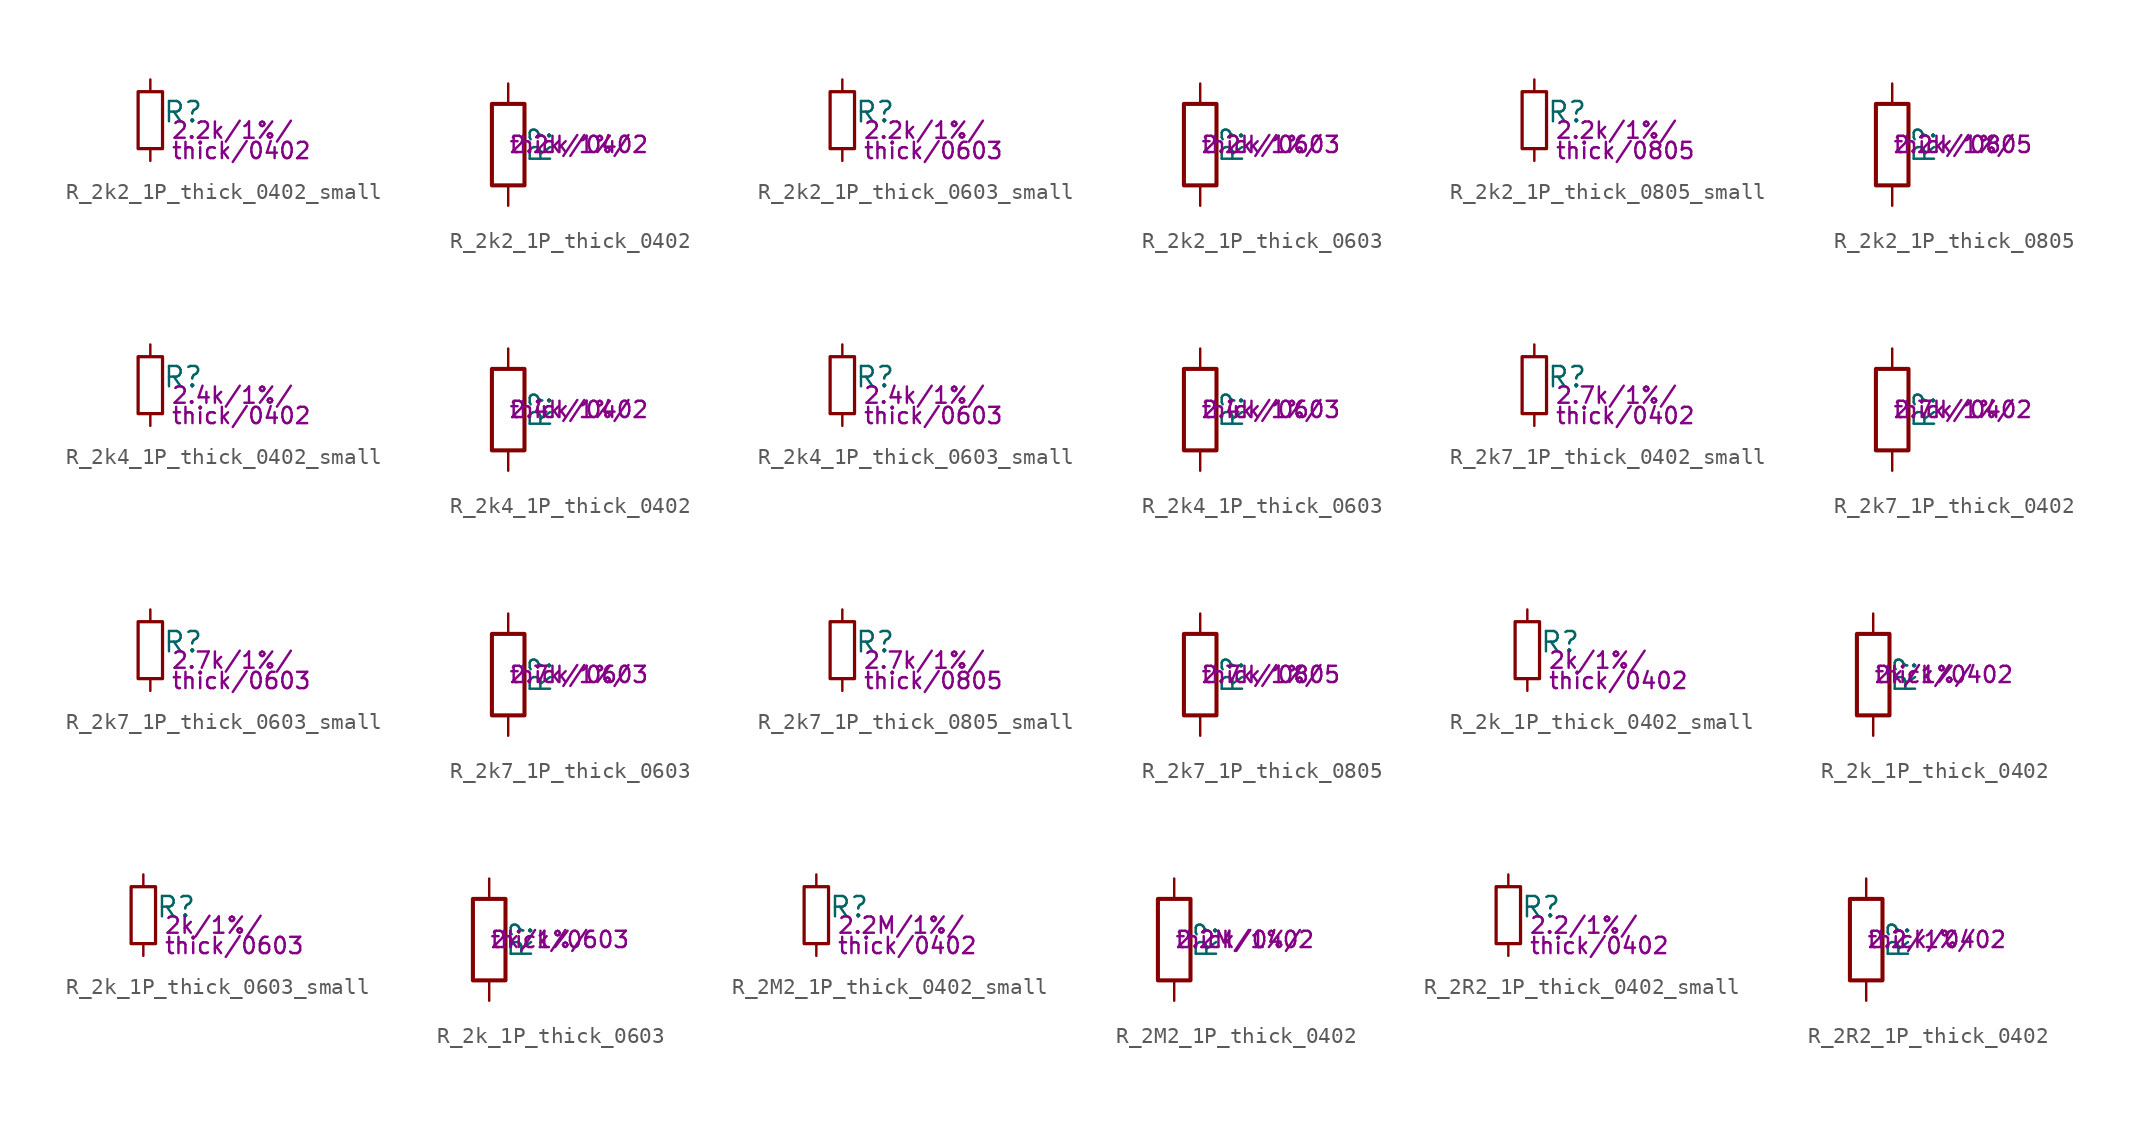
<source format=kicad_sym>
(kicad_symbol_lib
  (version 20211014)
  (generator kicad_symbol_editor)
  (symbol "R_2k2_1P_thick_0402_small"
    (pin_numbers hide)
    (pin_names
      (offset 0.254) hide)
    (property "Reference" "R"
      (at 0.762 0.508 0)
      (effects (font (size 1.27 1.27)) (justify left)))
    (property "Params" "2.2k/1%/"
      (at 1.27 -0.635 0)
      (effects (font (size 1.016 1.016)) (justify left)))
    (property "Params2" "thick/0402"
      (at 1.27 -1.905 0)
      (effects (font (size 1.016 1.016)) (justify left)))
    (symbol "R_2k2_1P_thick_0402_small_0_1"
      (rectangle (start -0.762 1.778) (end 0.762 -1.778) (stroke (width 0.203) (type default) (color 0 0 0 0)) (fill (type none))))
    (symbol "R_2k2_1P_thick_0402_small_1_1"
      (pin passive line (at 0 2.54 270) (length 0.762) (name "~" (effects (font (size 1.27 1.27)))) (number "1" (effects (font (size 1.27 1.27)))))
      (pin passive line (at 0 -2.54 90) (length 0.762) (name "~" (effects (font (size 1.27 1.27)))) (number "2" (effects (font (size 1.27 1.27)))))))
  (symbol "R_2k2_1P_thick_0402"
    (pin_numbers hide)
    (pin_names
      (offset 0))
    (property "Reference" "R"
      (at 2.032 0 90)
      (effects (font (size 1.27 1.27))))
    (property "Params" "2.2k/1%/"
      (at 0 0 0)
      (effects (font (size 1.016 1.016)) (justify left)))
    (property "Params2" "thick/0402"
      (at 0 0 0)
      (effects (font (size 1.016 1.016)) (justify left)))
    (symbol "R_2k2_1P_thick_0402_0_1"
      (rectangle (start -1.016 -2.54) (end 1.016 2.54) (stroke (width 0.254) (type default) (color 0 0 0 0)) (fill (type none))))
    (symbol "R_2k2_1P_thick_0402_1_1"
      (pin passive line (at 0 3.81 270) (length 1.27) (name "~" (effects (font (size 1.27 1.27)))) (number "1" (effects (font (size 1.27 1.27)))))
      (pin passive line (at 0 -3.81 90) (length 1.27) (name "~" (effects (font (size 1.27 1.27)))) (number "2" (effects (font (size 1.27 1.27)))))))
  (symbol "R_2k2_1P_thick_0603_small"
    (pin_numbers hide)
    (pin_names
      (offset 0.254) hide)
    (property "Reference" "R"
      (at 0.762 0.508 0)
      (effects (font (size 1.27 1.27)) (justify left)))
    (property "Params" "2.2k/1%/"
      (at 1.27 -0.635 0)
      (effects (font (size 1.016 1.016)) (justify left)))
    (property "Params2" "thick/0603"
      (at 1.27 -1.905 0)
      (effects (font (size 1.016 1.016)) (justify left)))
    (symbol "R_2k2_1P_thick_0603_small_0_1"
      (rectangle (start -0.762 1.778) (end 0.762 -1.778) (stroke (width 0.203) (type default) (color 0 0 0 0)) (fill (type none))))
    (symbol "R_2k2_1P_thick_0603_small_1_1"
      (pin passive line (at 0 2.54 270) (length 0.762) (name "~" (effects (font (size 1.27 1.27)))) (number "1" (effects (font (size 1.27 1.27)))))
      (pin passive line (at 0 -2.54 90) (length 0.762) (name "~" (effects (font (size 1.27 1.27)))) (number "2" (effects (font (size 1.27 1.27)))))))
  (symbol "R_2k2_1P_thick_0603"
    (pin_numbers hide)
    (pin_names
      (offset 0))
    (property "Reference" "R"
      (at 2.032 0 90)
      (effects (font (size 1.27 1.27))))
    (property "Params" "2.2k/1%/"
      (at 0 0 0)
      (effects (font (size 1.016 1.016)) (justify left)))
    (property "Params2" "thick/0603"
      (at 0 0 0)
      (effects (font (size 1.016 1.016)) (justify left)))
    (symbol "R_2k2_1P_thick_0603_0_1"
      (rectangle (start -1.016 -2.54) (end 1.016 2.54) (stroke (width 0.254) (type default) (color 0 0 0 0)) (fill (type none))))
    (symbol "R_2k2_1P_thick_0603_1_1"
      (pin passive line (at 0 3.81 270) (length 1.27) (name "~" (effects (font (size 1.27 1.27)))) (number "1" (effects (font (size 1.27 1.27)))))
      (pin passive line (at 0 -3.81 90) (length 1.27) (name "~" (effects (font (size 1.27 1.27)))) (number "2" (effects (font (size 1.27 1.27)))))))
  (symbol "R_2k2_1P_thick_0805_small"
    (pin_numbers hide)
    (pin_names
      (offset 0.254) hide)
    (property "Reference" "R"
      (at 0.762 0.508 0)
      (effects (font (size 1.27 1.27)) (justify left)))
    (property "Params" "2.2k/1%/"
      (at 1.27 -0.635 0)
      (effects (font (size 1.016 1.016)) (justify left)))
    (property "Params2" "thick/0805"
      (at 1.27 -1.905 0)
      (effects (font (size 1.016 1.016)) (justify left)))
    (symbol "R_2k2_1P_thick_0805_small_0_1"
      (rectangle (start -0.762 1.778) (end 0.762 -1.778) (stroke (width 0.203) (type default) (color 0 0 0 0)) (fill (type none))))
    (symbol "R_2k2_1P_thick_0805_small_1_1"
      (pin passive line (at 0 2.54 270) (length 0.762) (name "~" (effects (font (size 1.27 1.27)))) (number "1" (effects (font (size 1.27 1.27)))))
      (pin passive line (at 0 -2.54 90) (length 0.762) (name "~" (effects (font (size 1.27 1.27)))) (number "2" (effects (font (size 1.27 1.27)))))))
  (symbol "R_2k2_1P_thick_0805"
    (pin_numbers hide)
    (pin_names
      (offset 0))
    (property "Reference" "R"
      (at 2.032 0 90)
      (effects (font (size 1.27 1.27))))
    (property "Params" "2.2k/1%/"
      (at 0 0 0)
      (effects (font (size 1.016 1.016)) (justify left)))
    (property "Params2" "thick/0805"
      (at 0 0 0)
      (effects (font (size 1.016 1.016)) (justify left)))
    (symbol "R_2k2_1P_thick_0805_0_1"
      (rectangle (start -1.016 -2.54) (end 1.016 2.54) (stroke (width 0.254) (type default) (color 0 0 0 0)) (fill (type none))))
    (symbol "R_2k2_1P_thick_0805_1_1"
      (pin passive line (at 0 3.81 270) (length 1.27) (name "~" (effects (font (size 1.27 1.27)))) (number "1" (effects (font (size 1.27 1.27)))))
      (pin passive line (at 0 -3.81 90) (length 1.27) (name "~" (effects (font (size 1.27 1.27)))) (number "2" (effects (font (size 1.27 1.27)))))))
  (symbol "R_2k4_1P_thick_0402_small"
    (pin_numbers hide)
    (pin_names
      (offset 0.254) hide)
    (property "Reference" "R"
      (at 0.762 0.508 0)
      (effects (font (size 1.27 1.27)) (justify left)))
    (property "Params" "2.4k/1%/"
      (at 1.27 -0.635 0)
      (effects (font (size 1.016 1.016)) (justify left)))
    (property "Params2" "thick/0402"
      (at 1.27 -1.905 0)
      (effects (font (size 1.016 1.016)) (justify left)))
    (symbol "R_2k4_1P_thick_0402_small_0_1"
      (rectangle (start -0.762 1.778) (end 0.762 -1.778) (stroke (width 0.203) (type default) (color 0 0 0 0)) (fill (type none))))
    (symbol "R_2k4_1P_thick_0402_small_1_1"
      (pin passive line (at 0 2.54 270) (length 0.762) (name "~" (effects (font (size 1.27 1.27)))) (number "1" (effects (font (size 1.27 1.27)))))
      (pin passive line (at 0 -2.54 90) (length 0.762) (name "~" (effects (font (size 1.27 1.27)))) (number "2" (effects (font (size 1.27 1.27)))))))
  (symbol "R_2k4_1P_thick_0402"
    (pin_numbers hide)
    (pin_names
      (offset 0))
    (property "Reference" "R"
      (at 2.032 0 90)
      (effects (font (size 1.27 1.27))))
    (property "Params" "2.4k/1%/"
      (at 0 0 0)
      (effects (font (size 1.016 1.016)) (justify left)))
    (property "Params2" "thick/0402"
      (at 0 0 0)
      (effects (font (size 1.016 1.016)) (justify left)))
    (symbol "R_2k4_1P_thick_0402_0_1"
      (rectangle (start -1.016 -2.54) (end 1.016 2.54) (stroke (width 0.254) (type default) (color 0 0 0 0)) (fill (type none))))
    (symbol "R_2k4_1P_thick_0402_1_1"
      (pin passive line (at 0 3.81 270) (length 1.27) (name "~" (effects (font (size 1.27 1.27)))) (number "1" (effects (font (size 1.27 1.27)))))
      (pin passive line (at 0 -3.81 90) (length 1.27) (name "~" (effects (font (size 1.27 1.27)))) (number "2" (effects (font (size 1.27 1.27)))))))
  (symbol "R_2k4_1P_thick_0603_small"
    (pin_numbers hide)
    (pin_names
      (offset 0.254) hide)
    (property "Reference" "R"
      (at 0.762 0.508 0)
      (effects (font (size 1.27 1.27)) (justify left)))
    (property "Params" "2.4k/1%/"
      (at 1.27 -0.635 0)
      (effects (font (size 1.016 1.016)) (justify left)))
    (property "Params2" "thick/0603"
      (at 1.27 -1.905 0)
      (effects (font (size 1.016 1.016)) (justify left)))
    (symbol "R_2k4_1P_thick_0603_small_0_1"
      (rectangle (start -0.762 1.778) (end 0.762 -1.778) (stroke (width 0.203) (type default) (color 0 0 0 0)) (fill (type none))))
    (symbol "R_2k4_1P_thick_0603_small_1_1"
      (pin passive line (at 0 2.54 270) (length 0.762) (name "~" (effects (font (size 1.27 1.27)))) (number "1" (effects (font (size 1.27 1.27)))))
      (pin passive line (at 0 -2.54 90) (length 0.762) (name "~" (effects (font (size 1.27 1.27)))) (number "2" (effects (font (size 1.27 1.27)))))))
  (symbol "R_2k4_1P_thick_0603"
    (pin_numbers hide)
    (pin_names
      (offset 0))
    (property "Reference" "R"
      (at 2.032 0 90)
      (effects (font (size 1.27 1.27))))
    (property "Params" "2.4k/1%/"
      (at 0 0 0)
      (effects (font (size 1.016 1.016)) (justify left)))
    (property "Params2" "thick/0603"
      (at 0 0 0)
      (effects (font (size 1.016 1.016)) (justify left)))
    (symbol "R_2k4_1P_thick_0603_0_1"
      (rectangle (start -1.016 -2.54) (end 1.016 2.54) (stroke (width 0.254) (type default) (color 0 0 0 0)) (fill (type none))))
    (symbol "R_2k4_1P_thick_0603_1_1"
      (pin passive line (at 0 3.81 270) (length 1.27) (name "~" (effects (font (size 1.27 1.27)))) (number "1" (effects (font (size 1.27 1.27)))))
      (pin passive line (at 0 -3.81 90) (length 1.27) (name "~" (effects (font (size 1.27 1.27)))) (number "2" (effects (font (size 1.27 1.27)))))))
  (symbol "R_2k7_1P_thick_0402_small"
    (pin_numbers hide)
    (pin_names
      (offset 0.254) hide)
    (property "Reference" "R"
      (at 0.762 0.508 0)
      (effects (font (size 1.27 1.27)) (justify left)))
    (property "Params" "2.7k/1%/"
      (at 1.27 -0.635 0)
      (effects (font (size 1.016 1.016)) (justify left)))
    (property "Params2" "thick/0402"
      (at 1.27 -1.905 0)
      (effects (font (size 1.016 1.016)) (justify left)))
    (symbol "R_2k7_1P_thick_0402_small_0_1"
      (rectangle (start -0.762 1.778) (end 0.762 -1.778) (stroke (width 0.203) (type default) (color 0 0 0 0)) (fill (type none))))
    (symbol "R_2k7_1P_thick_0402_small_1_1"
      (pin passive line (at 0 2.54 270) (length 0.762) (name "~" (effects (font (size 1.27 1.27)))) (number "1" (effects (font (size 1.27 1.27)))))
      (pin passive line (at 0 -2.54 90) (length 0.762) (name "~" (effects (font (size 1.27 1.27)))) (number "2" (effects (font (size 1.27 1.27)))))))
  (symbol "R_2k7_1P_thick_0402"
    (pin_numbers hide)
    (pin_names
      (offset 0))
    (property "Reference" "R"
      (at 2.032 0 90)
      (effects (font (size 1.27 1.27))))
    (property "Params" "2.7k/1%/"
      (at 0 0 0)
      (effects (font (size 1.016 1.016)) (justify left)))
    (property "Params2" "thick/0402"
      (at 0 0 0)
      (effects (font (size 1.016 1.016)) (justify left)))
    (symbol "R_2k7_1P_thick_0402_0_1"
      (rectangle (start -1.016 -2.54) (end 1.016 2.54) (stroke (width 0.254) (type default) (color 0 0 0 0)) (fill (type none))))
    (symbol "R_2k7_1P_thick_0402_1_1"
      (pin passive line (at 0 3.81 270) (length 1.27) (name "~" (effects (font (size 1.27 1.27)))) (number "1" (effects (font (size 1.27 1.27)))))
      (pin passive line (at 0 -3.81 90) (length 1.27) (name "~" (effects (font (size 1.27 1.27)))) (number "2" (effects (font (size 1.27 1.27)))))))
  (symbol "R_2k7_1P_thick_0603_small"
    (pin_numbers hide)
    (pin_names
      (offset 0.254) hide)
    (property "Reference" "R"
      (at 0.762 0.508 0)
      (effects (font (size 1.27 1.27)) (justify left)))
    (property "Params" "2.7k/1%/"
      (at 1.27 -0.635 0)
      (effects (font (size 1.016 1.016)) (justify left)))
    (property "Params2" "thick/0603"
      (at 1.27 -1.905 0)
      (effects (font (size 1.016 1.016)) (justify left)))
    (symbol "R_2k7_1P_thick_0603_small_0_1"
      (rectangle (start -0.762 1.778) (end 0.762 -1.778) (stroke (width 0.203) (type default) (color 0 0 0 0)) (fill (type none))))
    (symbol "R_2k7_1P_thick_0603_small_1_1"
      (pin passive line (at 0 2.54 270) (length 0.762) (name "~" (effects (font (size 1.27 1.27)))) (number "1" (effects (font (size 1.27 1.27)))))
      (pin passive line (at 0 -2.54 90) (length 0.762) (name "~" (effects (font (size 1.27 1.27)))) (number "2" (effects (font (size 1.27 1.27)))))))
  (symbol "R_2k7_1P_thick_0603"
    (pin_numbers hide)
    (pin_names
      (offset 0))
    (property "Reference" "R"
      (at 2.032 0 90)
      (effects (font (size 1.27 1.27))))
    (property "Params" "2.7k/1%/"
      (at 0 0 0)
      (effects (font (size 1.016 1.016)) (justify left)))
    (property "Params2" "thick/0603"
      (at 0 0 0)
      (effects (font (size 1.016 1.016)) (justify left)))
    (symbol "R_2k7_1P_thick_0603_0_1"
      (rectangle (start -1.016 -2.54) (end 1.016 2.54) (stroke (width 0.254) (type default) (color 0 0 0 0)) (fill (type none))))
    (symbol "R_2k7_1P_thick_0603_1_1"
      (pin passive line (at 0 3.81 270) (length 1.27) (name "~" (effects (font (size 1.27 1.27)))) (number "1" (effects (font (size 1.27 1.27)))))
      (pin passive line (at 0 -3.81 90) (length 1.27) (name "~" (effects (font (size 1.27 1.27)))) (number "2" (effects (font (size 1.27 1.27)))))))
  (symbol "R_2k7_1P_thick_0805_small"
    (pin_numbers hide)
    (pin_names
      (offset 0.254) hide)
    (property "Reference" "R"
      (at 0.762 0.508 0)
      (effects (font (size 1.27 1.27)) (justify left)))
    (property "Params" "2.7k/1%/"
      (at 1.27 -0.635 0)
      (effects (font (size 1.016 1.016)) (justify left)))
    (property "Params2" "thick/0805"
      (at 1.27 -1.905 0)
      (effects (font (size 1.016 1.016)) (justify left)))
    (symbol "R_2k7_1P_thick_0805_small_0_1"
      (rectangle (start -0.762 1.778) (end 0.762 -1.778) (stroke (width 0.203) (type default) (color 0 0 0 0)) (fill (type none))))
    (symbol "R_2k7_1P_thick_0805_small_1_1"
      (pin passive line (at 0 2.54 270) (length 0.762) (name "~" (effects (font (size 1.27 1.27)))) (number "1" (effects (font (size 1.27 1.27)))))
      (pin passive line (at 0 -2.54 90) (length 0.762) (name "~" (effects (font (size 1.27 1.27)))) (number "2" (effects (font (size 1.27 1.27)))))))
  (symbol "R_2k7_1P_thick_0805"
    (pin_numbers hide)
    (pin_names
      (offset 0))
    (property "Reference" "R"
      (at 2.032 0 90)
      (effects (font (size 1.27 1.27))))
    (property "Params" "2.7k/1%/"
      (at 0 0 0)
      (effects (font (size 1.016 1.016)) (justify left)))
    (property "Params2" "thick/0805"
      (at 0 0 0)
      (effects (font (size 1.016 1.016)) (justify left)))
    (symbol "R_2k7_1P_thick_0805_0_1"
      (rectangle (start -1.016 -2.54) (end 1.016 2.54) (stroke (width 0.254) (type default) (color 0 0 0 0)) (fill (type none))))
    (symbol "R_2k7_1P_thick_0805_1_1"
      (pin passive line (at 0 3.81 270) (length 1.27) (name "~" (effects (font (size 1.27 1.27)))) (number "1" (effects (font (size 1.27 1.27)))))
      (pin passive line (at 0 -3.81 90) (length 1.27) (name "~" (effects (font (size 1.27 1.27)))) (number "2" (effects (font (size 1.27 1.27)))))))
  (symbol "R_2k_1P_thick_0402_small"
    (pin_numbers hide)
    (pin_names
      (offset 0.254) hide)
    (property "Reference" "R"
      (at 0.762 0.508 0)
      (effects (font (size 1.27 1.27)) (justify left)))
    (property "Params" "2k/1%/"
      (at 1.27 -0.635 0)
      (effects (font (size 1.016 1.016)) (justify left)))
    (property "Params2" "thick/0402"
      (at 1.27 -1.905 0)
      (effects (font (size 1.016 1.016)) (justify left)))
    (symbol "R_2k_1P_thick_0402_small_0_1"
      (rectangle (start -0.762 1.778) (end 0.762 -1.778) (stroke (width 0.203) (type default) (color 0 0 0 0)) (fill (type none))))
    (symbol "R_2k_1P_thick_0402_small_1_1"
      (pin passive line (at 0 2.54 270) (length 0.762) (name "~" (effects (font (size 1.27 1.27)))) (number "1" (effects (font (size 1.27 1.27)))))
      (pin passive line (at 0 -2.54 90) (length 0.762) (name "~" (effects (font (size 1.27 1.27)))) (number "2" (effects (font (size 1.27 1.27)))))))
  (symbol "R_2k_1P_thick_0402"
    (pin_numbers hide)
    (pin_names
      (offset 0))
    (property "Reference" "R"
      (at 2.032 0 90)
      (effects (font (size 1.27 1.27))))
    (property "Params" "2k/1%/"
      (at 0 0 0)
      (effects (font (size 1.016 1.016)) (justify left)))
    (property "Params2" "thick/0402"
      (at 0 0 0)
      (effects (font (size 1.016 1.016)) (justify left)))
    (symbol "R_2k_1P_thick_0402_0_1"
      (rectangle (start -1.016 -2.54) (end 1.016 2.54) (stroke (width 0.254) (type default) (color 0 0 0 0)) (fill (type none))))
    (symbol "R_2k_1P_thick_0402_1_1"
      (pin passive line (at 0 3.81 270) (length 1.27) (name "~" (effects (font (size 1.27 1.27)))) (number "1" (effects (font (size 1.27 1.27)))))
      (pin passive line (at 0 -3.81 90) (length 1.27) (name "~" (effects (font (size 1.27 1.27)))) (number "2" (effects (font (size 1.27 1.27)))))))
  (symbol "R_2k_1P_thick_0603_small"
    (pin_numbers hide)
    (pin_names
      (offset 0.254) hide)
    (property "Reference" "R"
      (at 0.762 0.508 0)
      (effects (font (size 1.27 1.27)) (justify left)))
    (property "Params" "2k/1%/"
      (at 1.27 -0.635 0)
      (effects (font (size 1.016 1.016)) (justify left)))
    (property "Params2" "thick/0603"
      (at 1.27 -1.905 0)
      (effects (font (size 1.016 1.016)) (justify left)))
    (symbol "R_2k_1P_thick_0603_small_0_1"
      (rectangle (start -0.762 1.778) (end 0.762 -1.778) (stroke (width 0.203) (type default) (color 0 0 0 0)) (fill (type none))))
    (symbol "R_2k_1P_thick_0603_small_1_1"
      (pin passive line (at 0 2.54 270) (length 0.762) (name "~" (effects (font (size 1.27 1.27)))) (number "1" (effects (font (size 1.27 1.27)))))
      (pin passive line (at 0 -2.54 90) (length 0.762) (name "~" (effects (font (size 1.27 1.27)))) (number "2" (effects (font (size 1.27 1.27)))))))
  (symbol "R_2k_1P_thick_0603"
    (pin_numbers hide)
    (pin_names
      (offset 0))
    (property "Reference" "R"
      (at 2.032 0 90)
      (effects (font (size 1.27 1.27))))
    (property "Params" "2k/1%/"
      (at 0 0 0)
      (effects (font (size 1.016 1.016)) (justify left)))
    (property "Params2" "thick/0603"
      (at 0 0 0)
      (effects (font (size 1.016 1.016)) (justify left)))
    (symbol "R_2k_1P_thick_0603_0_1"
      (rectangle (start -1.016 -2.54) (end 1.016 2.54) (stroke (width 0.254) (type default) (color 0 0 0 0)) (fill (type none))))
    (symbol "R_2k_1P_thick_0603_1_1"
      (pin passive line (at 0 3.81 270) (length 1.27) (name "~" (effects (font (size 1.27 1.27)))) (number "1" (effects (font (size 1.27 1.27)))))
      (pin passive line (at 0 -3.81 90) (length 1.27) (name "~" (effects (font (size 1.27 1.27)))) (number "2" (effects (font (size 1.27 1.27)))))))
  (symbol "R_2M2_1P_thick_0402_small"
    (pin_numbers hide)
    (pin_names
      (offset 0.254) hide)
    (property "Reference" "R"
      (at 0.762 0.508 0)
      (effects (font (size 1.27 1.27)) (justify left)))
    (property "Params" "2.2M/1%/"
      (at 1.27 -0.635 0)
      (effects (font (size 1.016 1.016)) (justify left)))
    (property "Params2" "thick/0402"
      (at 1.27 -1.905 0)
      (effects (font (size 1.016 1.016)) (justify left)))
    (symbol "R_2M2_1P_thick_0402_small_0_1"
      (rectangle (start -0.762 1.778) (end 0.762 -1.778) (stroke (width 0.203) (type default) (color 0 0 0 0)) (fill (type none))))
    (symbol "R_2M2_1P_thick_0402_small_1_1"
      (pin passive line (at 0 2.54 270) (length 0.762) (name "~" (effects (font (size 1.27 1.27)))) (number "1" (effects (font (size 1.27 1.27)))))
      (pin passive line (at 0 -2.54 90) (length 0.762) (name "~" (effects (font (size 1.27 1.27)))) (number "2" (effects (font (size 1.27 1.27)))))))
  (symbol "R_2M2_1P_thick_0402"
    (pin_numbers hide)
    (pin_names
      (offset 0))
    (property "Reference" "R"
      (at 2.032 0 90)
      (effects (font (size 1.27 1.27))))
    (property "Params" "2.2M/1%/"
      (at 0 0 0)
      (effects (font (size 1.016 1.016)) (justify left)))
    (property "Params2" "thick/0402"
      (at 0 0 0)
      (effects (font (size 1.016 1.016)) (justify left)))
    (symbol "R_2M2_1P_thick_0402_0_1"
      (rectangle (start -1.016 -2.54) (end 1.016 2.54) (stroke (width 0.254) (type default) (color 0 0 0 0)) (fill (type none))))
    (symbol "R_2M2_1P_thick_0402_1_1"
      (pin passive line (at 0 3.81 270) (length 1.27) (name "~" (effects (font (size 1.27 1.27)))) (number "1" (effects (font (size 1.27 1.27)))))
      (pin passive line (at 0 -3.81 90) (length 1.27) (name "~" (effects (font (size 1.27 1.27)))) (number "2" (effects (font (size 1.27 1.27)))))))
  (symbol "R_2R2_1P_thick_0402_small"
    (pin_numbers hide)
    (pin_names
      (offset 0.254) hide)
    (property "Reference" "R"
      (at 0.762 0.508 0)
      (effects (font (size 1.27 1.27)) (justify left)))
    (property "Params" "2.2/1%/"
      (at 1.27 -0.635 0)
      (effects (font (size 1.016 1.016)) (justify left)))
    (property "Params2" "thick/0402"
      (at 1.27 -1.905 0)
      (effects (font (size 1.016 1.016)) (justify left)))
    (symbol "R_2R2_1P_thick_0402_small_0_1"
      (rectangle (start -0.762 1.778) (end 0.762 -1.778) (stroke (width 0.203) (type default) (color 0 0 0 0)) (fill (type none))))
    (symbol "R_2R2_1P_thick_0402_small_1_1"
      (pin passive line (at 0 2.54 270) (length 0.762) (name "~" (effects (font (size 1.27 1.27)))) (number "1" (effects (font (size 1.27 1.27)))))
      (pin passive line (at 0 -2.54 90) (length 0.762) (name "~" (effects (font (size 1.27 1.27)))) (number "2" (effects (font (size 1.27 1.27)))))))
  (symbol "R_2R2_1P_thick_0402"
    (pin_numbers hide)
    (pin_names
      (offset 0))
    (property "Reference" "R"
      (at 2.032 0 90)
      (effects (font (size 1.27 1.27))))
    (property "Params" "2.2/1%/"
      (at 0 0 0)
      (effects (font (size 1.016 1.016)) (justify left)))
    (property "Params2" "thick/0402"
      (at 0 0 0)
      (effects (font (size 1.016 1.016)) (justify left)))
    (symbol "R_2R2_1P_thick_0402_0_1"
      (rectangle (start -1.016 -2.54) (end 1.016 2.54) (stroke (width 0.254) (type default) (color 0 0 0 0)) (fill (type none))))
    (symbol "R_2R2_1P_thick_0402_1_1"
      (pin passive line (at 0 3.81 270) (length 1.27) (name "~" (effects (font (size 1.27 1.27)))) (number "1" (effects (font (size 1.27 1.27)))))
      (pin passive line (at 0 -3.81 90) (length 1.27) (name "~" (effects (font (size 1.27 1.27)))) (number "2" (effects (font (size 1.27 1.27))))))))
</source>
